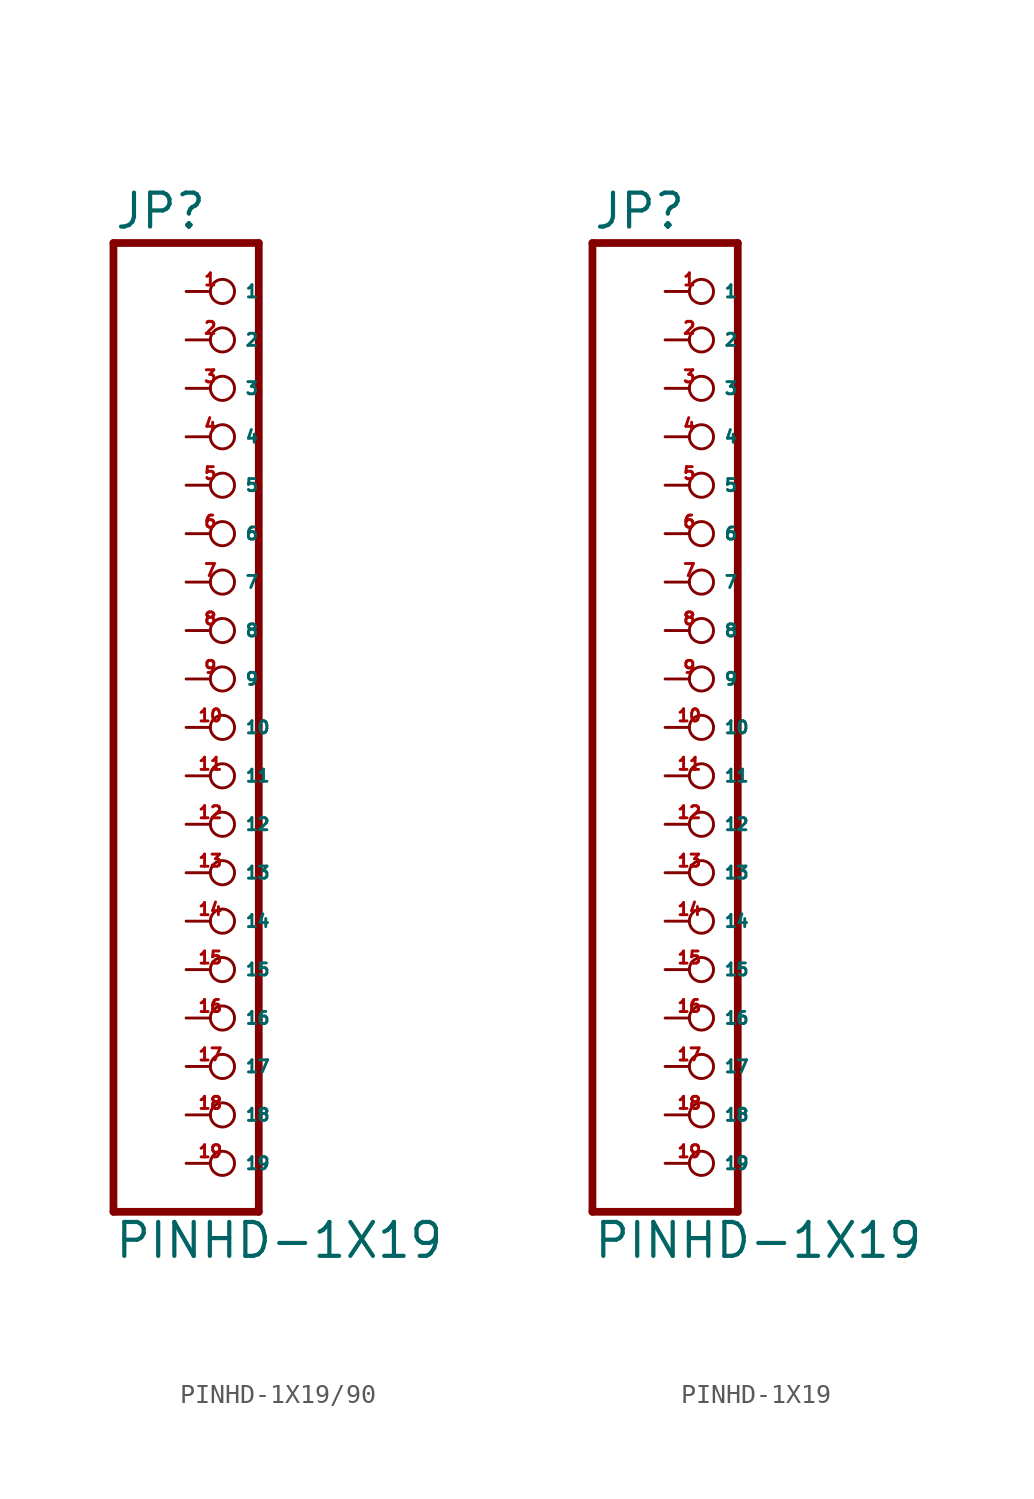
<source format=kicad_sym>
(kicad_symbol_lib
  (version 20220914)
  (generator Eagle2Kicad)
  (symbol "PINHD-1X19/90"
    (property "Reference" "JP"
      (at -6.35 23.495 0)
      (effects (font (size 1.778 1.778) (thickness 0.22)) (justify left bottom)))
    (property "Value" "PINHD-1X19"
      (at -6.35 -30.48 0)
      (effects (font (size 1.778 1.778) (thickness 0.22)) (justify left bottom)))
    (polyline
      (pts (xy -6.35 -27.94) (xy 1.27 -27.94))
      (stroke (width 0.406) (type default))
      (fill (type none)))
    (polyline
      (pts (xy 1.27 -27.94) (xy 1.27 22.86))
      (stroke (width 0.406) (type default))
      (fill (type none)))
    (polyline
      (pts (xy 1.27 22.86) (xy -6.35 22.86))
      (stroke (width 0.406) (type default))
      (fill (type none)))
    (polyline
      (pts (xy -6.35 22.86) (xy -6.35 -27.94))
      (stroke (width 0.406) (type default))
      (fill (type none)))
    (pin passive inverted
      (at -2.54 20.32 0)
      (length 2.54)
      (name "1" (effects (font (size 0.635 0.635) (thickness 0.08)) (justify left bottom)))
      (number "1" (effects (font (size 0.635 0.635) (thickness 0.08)) (justify left bottom))))
    (pin passive inverted
      (at -2.54 17.78 0)
      (length 2.54)
      (name "2" (effects (font (size 0.635 0.635) (thickness 0.08)) (justify left bottom)))
      (number "2" (effects (font (size 0.635 0.635) (thickness 0.08)) (justify left bottom))))
    (pin passive inverted
      (at -2.54 15.24 0)
      (length 2.54)
      (name "3" (effects (font (size 0.635 0.635) (thickness 0.08)) (justify left bottom)))
      (number "3" (effects (font (size 0.635 0.635) (thickness 0.08)) (justify left bottom))))
    (pin passive inverted
      (at -2.54 12.7 0)
      (length 2.54)
      (name "4" (effects (font (size 0.635 0.635) (thickness 0.08)) (justify left bottom)))
      (number "4" (effects (font (size 0.635 0.635) (thickness 0.08)) (justify left bottom))))
    (pin passive inverted
      (at -2.54 10.16 0)
      (length 2.54)
      (name "5" (effects (font (size 0.635 0.635) (thickness 0.08)) (justify left bottom)))
      (number "5" (effects (font (size 0.635 0.635) (thickness 0.08)) (justify left bottom))))
    (pin passive inverted
      (at -2.54 7.62 0)
      (length 2.54)
      (name "6" (effects (font (size 0.635 0.635) (thickness 0.08)) (justify left bottom)))
      (number "6" (effects (font (size 0.635 0.635) (thickness 0.08)) (justify left bottom))))
    (pin passive inverted
      (at -2.54 5.08 0)
      (length 2.54)
      (name "7" (effects (font (size 0.635 0.635) (thickness 0.08)) (justify left bottom)))
      (number "7" (effects (font (size 0.635 0.635) (thickness 0.08)) (justify left bottom))))
    (pin passive inverted
      (at -2.54 2.54 0)
      (length 2.54)
      (name "8" (effects (font (size 0.635 0.635) (thickness 0.08)) (justify left bottom)))
      (number "8" (effects (font (size 0.635 0.635) (thickness 0.08)) (justify left bottom))))
    (pin passive inverted
      (at -2.54 0 0)
      (length 2.54)
      (name "9" (effects (font (size 0.635 0.635) (thickness 0.08)) (justify left bottom)))
      (number "9" (effects (font (size 0.635 0.635) (thickness 0.08)) (justify left bottom))))
    (pin passive inverted
      (at -2.54 -2.54 0)
      (length 2.54)
      (name "10" (effects (font (size 0.635 0.635) (thickness 0.08)) (justify left bottom)))
      (number "10" (effects (font (size 0.635 0.635) (thickness 0.08)) (justify left bottom))))
    (pin passive inverted
      (at -2.54 -5.08 0)
      (length 2.54)
      (name "11" (effects (font (size 0.635 0.635) (thickness 0.08)) (justify left bottom)))
      (number "11" (effects (font (size 0.635 0.635) (thickness 0.08)) (justify left bottom))))
    (pin passive inverted
      (at -2.54 -7.62 0)
      (length 2.54)
      (name "12" (effects (font (size 0.635 0.635) (thickness 0.08)) (justify left bottom)))
      (number "12" (effects (font (size 0.635 0.635) (thickness 0.08)) (justify left bottom))))
    (pin passive inverted
      (at -2.54 -10.16 0)
      (length 2.54)
      (name "13" (effects (font (size 0.635 0.635) (thickness 0.08)) (justify left bottom)))
      (number "13" (effects (font (size 0.635 0.635) (thickness 0.08)) (justify left bottom))))
    (pin passive inverted
      (at -2.54 -12.7 0)
      (length 2.54)
      (name "14" (effects (font (size 0.635 0.635) (thickness 0.08)) (justify left bottom)))
      (number "14" (effects (font (size 0.635 0.635) (thickness 0.08)) (justify left bottom))))
    (pin passive inverted
      (at -2.54 -15.24 0)
      (length 2.54)
      (name "15" (effects (font (size 0.635 0.635) (thickness 0.08)) (justify left bottom)))
      (number "15" (effects (font (size 0.635 0.635) (thickness 0.08)) (justify left bottom))))
    (pin passive inverted
      (at -2.54 -17.78 0)
      (length 2.54)
      (name "16" (effects (font (size 0.635 0.635) (thickness 0.08)) (justify left bottom)))
      (number "16" (effects (font (size 0.635 0.635) (thickness 0.08)) (justify left bottom))))
    (pin passive inverted
      (at -2.54 -20.32 0)
      (length 2.54)
      (name "17" (effects (font (size 0.635 0.635) (thickness 0.08)) (justify left bottom)))
      (number "17" (effects (font (size 0.635 0.635) (thickness 0.08)) (justify left bottom))))
    (pin passive inverted
      (at -2.54 -22.86 0)
      (length 2.54)
      (name "18" (effects (font (size 0.635 0.635) (thickness 0.08)) (justify left bottom)))
      (number "18" (effects (font (size 0.635 0.635) (thickness 0.08)) (justify left bottom))))
    (pin passive inverted
      (at -2.54 -25.4 0)
      (length 2.54)
      (name "19" (effects (font (size 0.635 0.635) (thickness 0.08)) (justify left bottom)))
      (number "19" (effects (font (size 0.635 0.635) (thickness 0.08)) (justify left bottom)))))
  (symbol "PINHD-1X19"
    (property "Reference" "JP"
      (at -6.35 23.495 0)
      (effects (font (size 1.778 1.778) (thickness 0.22)) (justify left bottom)))
    (property "Value" "PINHD-1X19"
      (at -6.35 -30.48 0)
      (effects (font (size 1.778 1.778) (thickness 0.22)) (justify left bottom)))
    (polyline
      (pts (xy -6.35 -27.94) (xy 1.27 -27.94))
      (stroke (width 0.406) (type default))
      (fill (type none)))
    (polyline
      (pts (xy 1.27 -27.94) (xy 1.27 22.86))
      (stroke (width 0.406) (type default))
      (fill (type none)))
    (polyline
      (pts (xy 1.27 22.86) (xy -6.35 22.86))
      (stroke (width 0.406) (type default))
      (fill (type none)))
    (polyline
      (pts (xy -6.35 22.86) (xy -6.35 -27.94))
      (stroke (width 0.406) (type default))
      (fill (type none)))
    (pin passive inverted
      (at -2.54 20.32 0)
      (length 2.54)
      (name "1" (effects (font (size 0.635 0.635) (thickness 0.08)) (justify left bottom)))
      (number "1" (effects (font (size 0.635 0.635) (thickness 0.08)) (justify left bottom))))
    (pin passive inverted
      (at -2.54 17.78 0)
      (length 2.54)
      (name "2" (effects (font (size 0.635 0.635) (thickness 0.08)) (justify left bottom)))
      (number "2" (effects (font (size 0.635 0.635) (thickness 0.08)) (justify left bottom))))
    (pin passive inverted
      (at -2.54 15.24 0)
      (length 2.54)
      (name "3" (effects (font (size 0.635 0.635) (thickness 0.08)) (justify left bottom)))
      (number "3" (effects (font (size 0.635 0.635) (thickness 0.08)) (justify left bottom))))
    (pin passive inverted
      (at -2.54 12.7 0)
      (length 2.54)
      (name "4" (effects (font (size 0.635 0.635) (thickness 0.08)) (justify left bottom)))
      (number "4" (effects (font (size 0.635 0.635) (thickness 0.08)) (justify left bottom))))
    (pin passive inverted
      (at -2.54 10.16 0)
      (length 2.54)
      (name "5" (effects (font (size 0.635 0.635) (thickness 0.08)) (justify left bottom)))
      (number "5" (effects (font (size 0.635 0.635) (thickness 0.08)) (justify left bottom))))
    (pin passive inverted
      (at -2.54 7.62 0)
      (length 2.54)
      (name "6" (effects (font (size 0.635 0.635) (thickness 0.08)) (justify left bottom)))
      (number "6" (effects (font (size 0.635 0.635) (thickness 0.08)) (justify left bottom))))
    (pin passive inverted
      (at -2.54 5.08 0)
      (length 2.54)
      (name "7" (effects (font (size 0.635 0.635) (thickness 0.08)) (justify left bottom)))
      (number "7" (effects (font (size 0.635 0.635) (thickness 0.08)) (justify left bottom))))
    (pin passive inverted
      (at -2.54 2.54 0)
      (length 2.54)
      (name "8" (effects (font (size 0.635 0.635) (thickness 0.08)) (justify left bottom)))
      (number "8" (effects (font (size 0.635 0.635) (thickness 0.08)) (justify left bottom))))
    (pin passive inverted
      (at -2.54 0 0)
      (length 2.54)
      (name "9" (effects (font (size 0.635 0.635) (thickness 0.08)) (justify left bottom)))
      (number "9" (effects (font (size 0.635 0.635) (thickness 0.08)) (justify left bottom))))
    (pin passive inverted
      (at -2.54 -2.54 0)
      (length 2.54)
      (name "10" (effects (font (size 0.635 0.635) (thickness 0.08)) (justify left bottom)))
      (number "10" (effects (font (size 0.635 0.635) (thickness 0.08)) (justify left bottom))))
    (pin passive inverted
      (at -2.54 -5.08 0)
      (length 2.54)
      (name "11" (effects (font (size 0.635 0.635) (thickness 0.08)) (justify left bottom)))
      (number "11" (effects (font (size 0.635 0.635) (thickness 0.08)) (justify left bottom))))
    (pin passive inverted
      (at -2.54 -7.62 0)
      (length 2.54)
      (name "12" (effects (font (size 0.635 0.635) (thickness 0.08)) (justify left bottom)))
      (number "12" (effects (font (size 0.635 0.635) (thickness 0.08)) (justify left bottom))))
    (pin passive inverted
      (at -2.54 -10.16 0)
      (length 2.54)
      (name "13" (effects (font (size 0.635 0.635) (thickness 0.08)) (justify left bottom)))
      (number "13" (effects (font (size 0.635 0.635) (thickness 0.08)) (justify left bottom))))
    (pin passive inverted
      (at -2.54 -12.7 0)
      (length 2.54)
      (name "14" (effects (font (size 0.635 0.635) (thickness 0.08)) (justify left bottom)))
      (number "14" (effects (font (size 0.635 0.635) (thickness 0.08)) (justify left bottom))))
    (pin passive inverted
      (at -2.54 -15.24 0)
      (length 2.54)
      (name "15" (effects (font (size 0.635 0.635) (thickness 0.08)) (justify left bottom)))
      (number "15" (effects (font (size 0.635 0.635) (thickness 0.08)) (justify left bottom))))
    (pin passive inverted
      (at -2.54 -17.78 0)
      (length 2.54)
      (name "16" (effects (font (size 0.635 0.635) (thickness 0.08)) (justify left bottom)))
      (number "16" (effects (font (size 0.635 0.635) (thickness 0.08)) (justify left bottom))))
    (pin passive inverted
      (at -2.54 -20.32 0)
      (length 2.54)
      (name "17" (effects (font (size 0.635 0.635) (thickness 0.08)) (justify left bottom)))
      (number "17" (effects (font (size 0.635 0.635) (thickness 0.08)) (justify left bottom))))
    (pin passive inverted
      (at -2.54 -22.86 0)
      (length 2.54)
      (name "18" (effects (font (size 0.635 0.635) (thickness 0.08)) (justify left bottom)))
      (number "18" (effects (font (size 0.635 0.635) (thickness 0.08)) (justify left bottom))))
    (pin passive inverted
      (at -2.54 -25.4 0)
      (length 2.54)
      (name "19" (effects (font (size 0.635 0.635) (thickness 0.08)) (justify left bottom)))
      (number "19" (effects (font (size 0.635 0.635) (thickness 0.08)) (justify left bottom))))))
</source>
